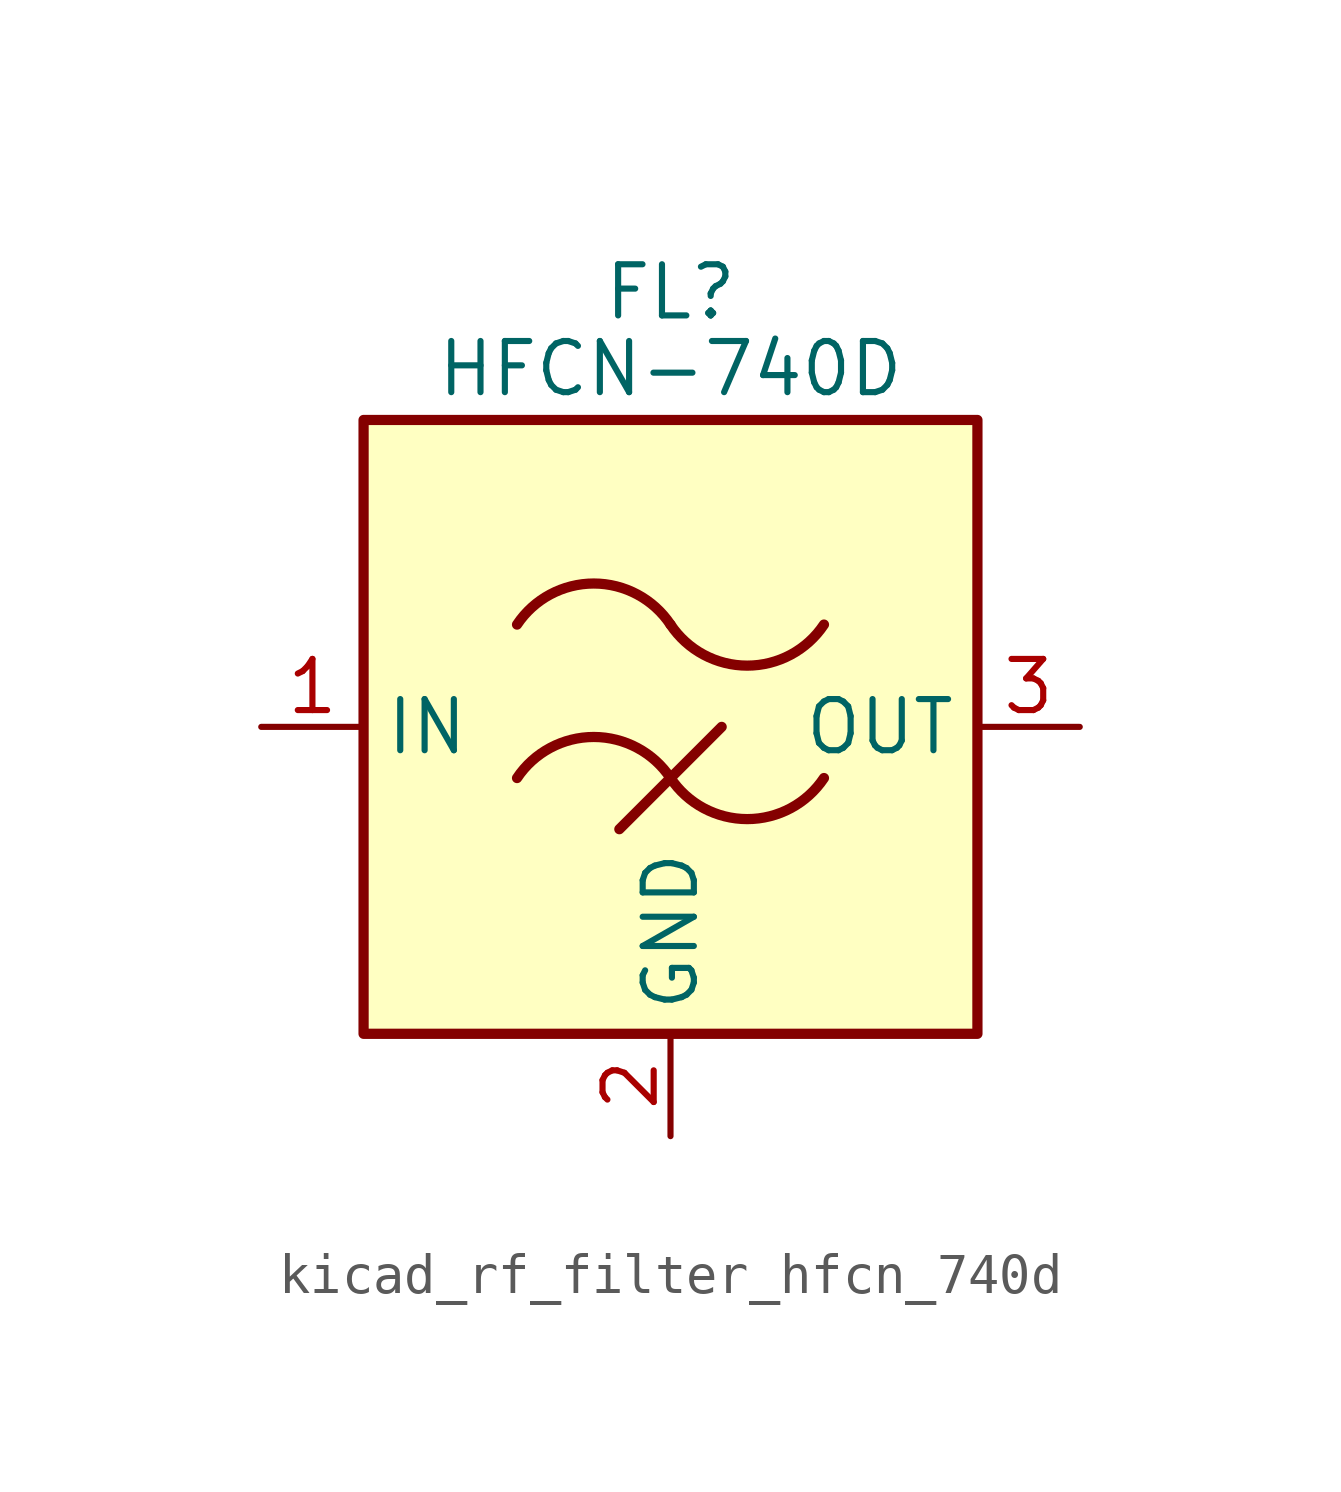
<source format=kicad_sym>
(kicad_symbol_lib
  (version 20220914)
  (generator kicad_symbol_editor)
  (symbol "kicad_rf_filter_hfcn_740d"
    (property "Reference" "FL"
      (at 0 10.795 0)
      (effects (font (size 1.27 1.27))))
    (property "Value" "HFCN-740D"
      (at 0 8.89 0)
      (effects (font (size 1.27 1.27))))
    (symbol "kicad_rf_filter_hfcn_740d_0_1"
      (rectangle (start -7.62 7.62) (end 7.62 -7.62) (stroke (width 0.254) (type default)) (fill (type background)))
      (arc (start 0 -1.27) (mid -1.905 -0.2505) (end -3.81 -1.27) (stroke (width 0.254) (type default)) (fill (type none)))
      (arc (start 0 -1.27) (mid 1.905 -2.2895) (end 3.81 -1.27) (stroke (width 0.254) (type default)) (fill (type none)))
      (polyline (pts (xy -1.27 -2.54) (xy 1.27 0)) (stroke (width 0.254) (type default)) (fill (type none)))
      (arc (start 0 2.54) (mid -1.905 3.5595) (end -3.81 2.54) (stroke (width 0.254) (type default)) (fill (type none)))
      (arc (start 0 2.54) (mid 1.905 1.5205) (end 3.81 2.54) (stroke (width 0.254) (type default)) (fill (type none))))
    (symbol "kicad_rf_filter_hfcn_740d_1_1"
      (pin passive line (at -10.16 0 0) (length 2.54) (name "IN" (effects (font (size 1.27 1.27)))) (number "1" (effects (font (size 1.27 1.27)))))
      (pin passive line (at 0 -10.16 90) (length 2.54) (name "GND" (effects (font (size 1.27 1.27)))) (number "2" (effects (font (size 1.27 1.27)))))
      (pin passive line (at 10.16 0 180) (length 2.54) (name "OUT" (effects (font (size 1.27 1.27)))) (number "3" (effects (font (size 1.27 1.27)))))
      (pin passive line (at 0 -10.16 90) (length 2.54) hide (name "GND" (effects (font (size 1.27 1.27)))) (number "4" (effects (font (size 1.27 1.27))))))))
</source>
